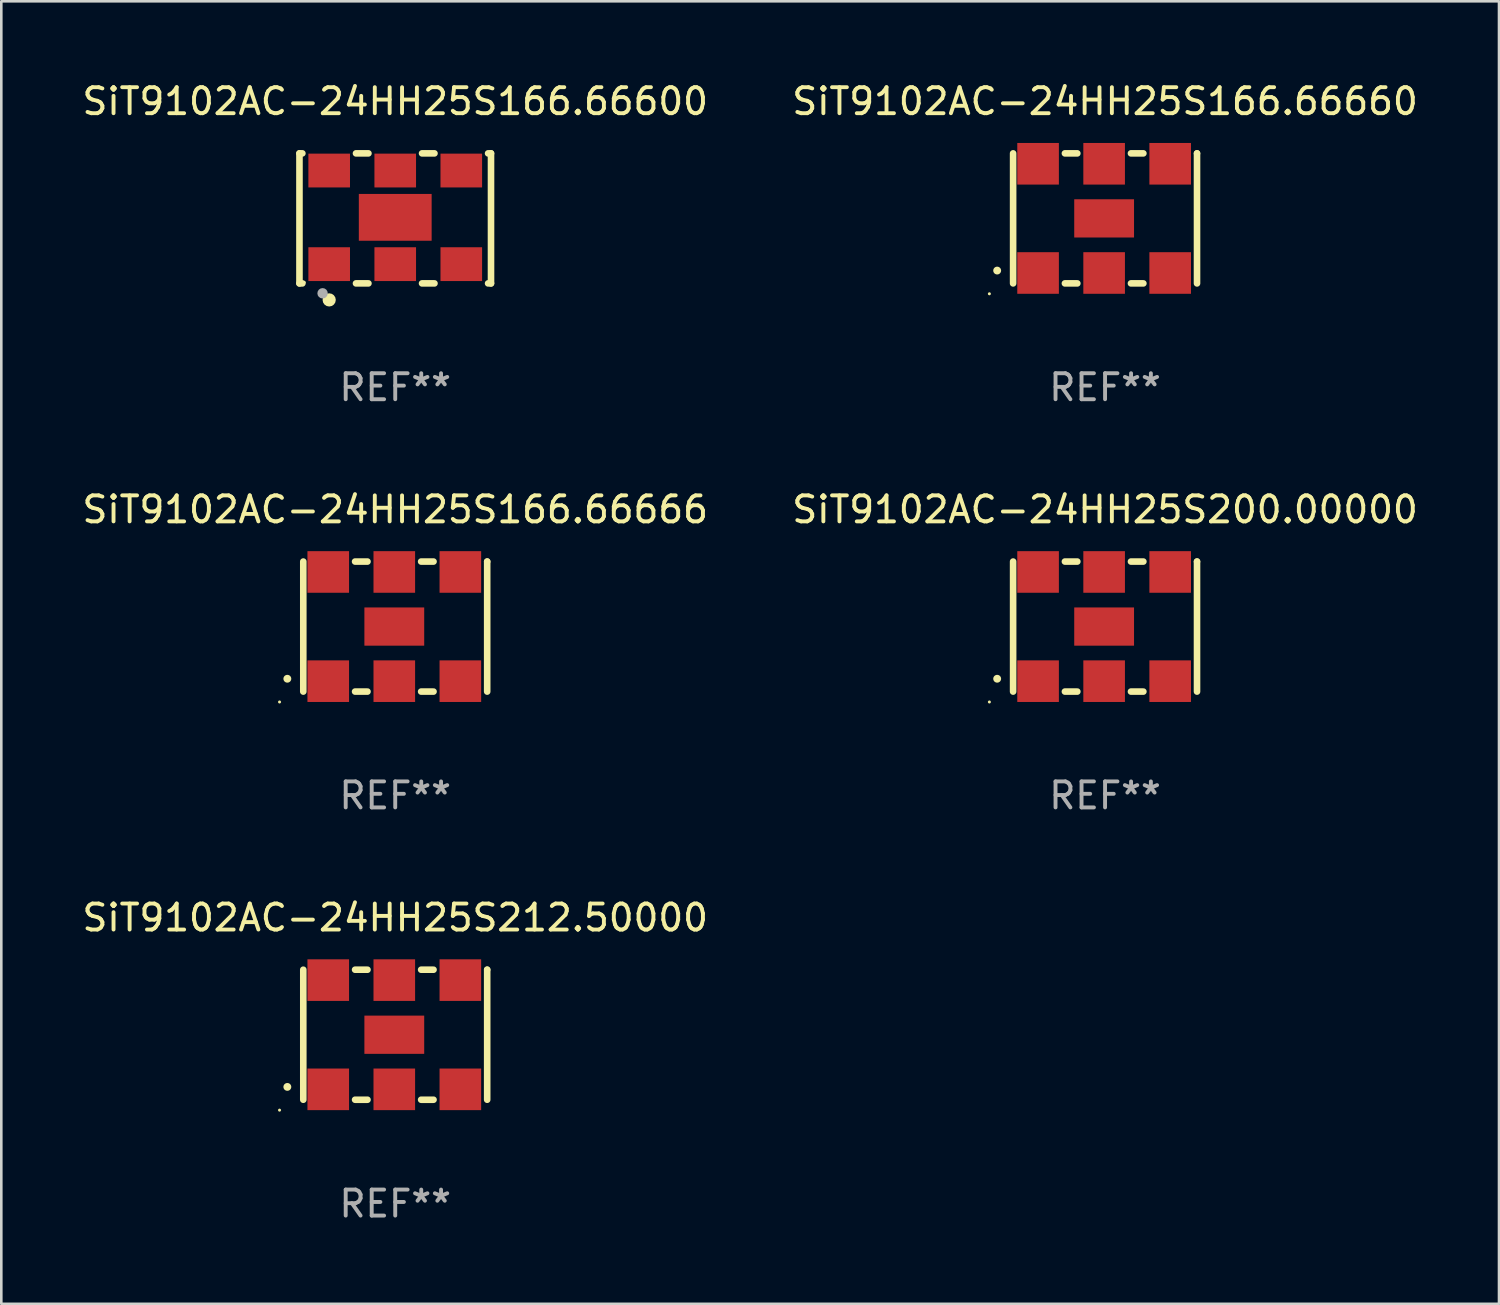
<source format=kicad_pcb>
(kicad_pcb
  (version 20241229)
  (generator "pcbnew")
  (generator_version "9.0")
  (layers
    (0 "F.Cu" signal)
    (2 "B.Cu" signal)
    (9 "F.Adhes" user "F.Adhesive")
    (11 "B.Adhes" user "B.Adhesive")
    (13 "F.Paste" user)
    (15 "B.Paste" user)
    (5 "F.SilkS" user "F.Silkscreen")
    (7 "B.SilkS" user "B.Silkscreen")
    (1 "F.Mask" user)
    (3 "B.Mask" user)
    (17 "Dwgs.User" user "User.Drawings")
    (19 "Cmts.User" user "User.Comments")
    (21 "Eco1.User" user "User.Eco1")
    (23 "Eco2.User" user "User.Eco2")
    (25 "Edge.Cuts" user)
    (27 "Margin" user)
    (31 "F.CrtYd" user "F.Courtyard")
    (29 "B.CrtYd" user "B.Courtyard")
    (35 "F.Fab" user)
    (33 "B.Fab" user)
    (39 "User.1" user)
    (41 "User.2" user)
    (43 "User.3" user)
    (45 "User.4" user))
  (footprint "SiT9102AC-24HH25S166.66600"
    (layer "F.Cu")
    (at 12.149 5.348)
    (property "Reference" "SiT9102AC-24HH25S166.66600" (at 0 -4.5 0) (layer "F.SilkS") (effects (font (size 1 1) (thickness 0.15))))
    (attr through_hole)
    (fp_line (start -3.683 -2.5) (end -3.571 -2.5) (stroke (width 0.254) (type solid)) (layer "F.SilkS"))
    (fp_line (start -3.683 2.5) (end -3.683 -2.5) (stroke (width 0.254) (type solid)) (layer "F.SilkS"))
    (fp_line (start -3.683 2.5) (end -3.571 2.5) (stroke (width 0.254) (type solid)) (layer "F.SilkS"))
    (fp_line (start -1.509 -2.5) (end -1.031 -2.5) (stroke (width 0.254) (type solid)) (layer "F.SilkS"))
    (fp_line (start -1.509 2.5) (end -1.031 2.5) (stroke (width 0.254) (type solid)) (layer "F.SilkS"))
    (fp_line (start 1.031 -2.5) (end 1.509 -2.5) (stroke (width 0.254) (type solid)) (layer "F.SilkS"))
    (fp_line (start 1.031 2.5) (end 1.509 2.5) (stroke (width 0.254) (type solid)) (layer "F.SilkS"))
    (fp_line (start 3.571 -2.5) (end 3.683 -2.5) (stroke (width 0.254) (type solid)) (layer "F.SilkS"))
    (fp_line (start 3.571 2.5) (end 3.683 2.5) (stroke (width 0.254) (type solid)) (layer "F.SilkS"))
    (fp_line (start 3.683 2.5) (end 3.683 -2.5) (stroke (width 0.254) (type solid)) (layer "F.SilkS"))
    (fp_circle (center -3.5 2.46) (end -3.47 2.46) (stroke (width 0.06) (type solid)) (fill no) (layer "F.SilkS"))
    (fp_circle (center -2.54 3.135) (end -2.413 3.135) (stroke (width 0.254) (type solid)) (fill no) (layer "F.SilkS"))
    (fp_circle (center -2.794 2.881) (end -2.694 2.881) (stroke (width 0.2) (type solid)) (fill no) (layer "F.Fab"))
    (fp_text user "REF**" (at 0 6.5 0) (layer "F.Fab") (effects (font (size 1 1) (thickness 0.15))))
    (pad "1" smd rect (at -2.54 1.76) (size 1.6 1.3) (layers "F.Cu" "F.Mask" "F.Paste"))
    (pad "2" smd rect (at 0 1.76) (size 1.6 1.3) (layers "F.Cu" "F.Mask" "F.Paste"))
    (pad "3" smd rect (at 2.54 1.76) (size 1.6 1.3) (layers "F.Cu" "F.Mask" "F.Paste"))
    (pad "4" smd rect (at 2.54 -1.84) (size 1.6 1.3) (layers "F.Cu" "F.Mask" "F.Paste"))
    (pad "5" smd rect (at 0 -1.84) (size 1.6 1.3) (layers "F.Cu" "F.Mask" "F.Paste"))
    (pad "6" smd rect (at -2.54 -1.84) (size 1.6 1.3) (layers "F.Cu" "F.Mask" "F.Paste"))
    (pad "7" smd rect (at 0 -0.04) (size 2.8 1.8) (layers "F.Cu" "F.Mask" "F.Paste")))
  (footprint "SiT9102AC-24HH25S166.66660"
    (layer "F.Cu")
    (at 39.446 5.348)
    (property "Reference" "SiT9102AC-24HH25S166.66660" (at 0 -4.5 0) (layer "F.SilkS") (effects (font (size 1 1) (thickness 0.15))))
    (attr through_hole)
    (fp_line (start -3.536 -2.5) (end -3.536 2.5) (stroke (width 0.254) (type solid)) (layer "F.SilkS"))
    (fp_line (start -1.544 2.5) (end -1.067 2.5) (stroke (width 0.254) (type solid)) (layer "F.SilkS"))
    (fp_line (start -1.067 -2.5) (end -1.544 -2.5) (stroke (width 0.254) (type solid)) (layer "F.SilkS"))
    (fp_line (start 0.996 2.5) (end 1.473 2.5) (stroke (width 0.254) (type solid)) (layer "F.SilkS"))
    (fp_line (start 1.473 -2.5) (end 0.996 -2.5) (stroke (width 0.254) (type solid)) (layer "F.SilkS"))
    (fp_line (start 3.536 -2.5) (end 3.536 -2.5) (stroke (width 0.254) (type solid)) (layer "F.SilkS"))
    (fp_line (start 3.536 2.5) (end 3.536 -2.5) (stroke (width 0.254) (type solid)) (layer "F.SilkS"))
    (fp_arc (start -4.150432 2.006604) (mid -4.149162 2.006599) (end -4.147892 2.006604) (stroke (width 0.3) (type solid)) (layer "F.SilkS"))
    (fp_circle (center -4.449 2.9) (end -4.419 2.9) (stroke (width 0.06) (type solid)) (fill no) (layer "F.SilkS"))
    (fp_text user "REF**" (at 0 6.5 0) (layer "F.Fab") (effects (font (size 1 1) (thickness 0.15))))
    (pad "1" smd rect (at -2.576 2.1) (size 1.6 1.6) (layers "F.Cu" "F.Mask" "F.Paste"))
    (pad "2" smd rect (at -0.036 2.1) (size 1.6 1.6) (layers "F.Cu" "F.Mask" "F.Paste"))
    (pad "3" smd rect (at 2.504 2.1) (size 1.6 1.6) (layers "F.Cu" "F.Mask" "F.Paste"))
    (pad "4" smd rect (at 2.504 -2.1) (size 1.6 1.6) (layers "F.Cu" "F.Mask" "F.Paste"))
    (pad "5" smd rect (at -0.036 -2.1) (size 1.6 1.6) (layers "F.Cu" "F.Mask" "F.Paste"))
    (pad "6" smd rect (at -2.576 -2.1) (size 1.6 1.6) (layers "F.Cu" "F.Mask" "F.Paste"))
    (pad "7" smd rect (at -0.036 0) (size 2.3 1.47) (layers "F.Cu" "F.Mask" "F.Paste")))
  (footprint "SiT9102AC-24HH25S212.50000"
    (layer "F.Cu")
    (at 12.149 36.741)
    (property "Reference" "SiT9102AC-24HH25S212.50000" (at 0 -4.5 0) (layer "F.SilkS") (effects (font (size 1 1) (thickness 0.15))))
    (attr through_hole)
    (fp_line (start -3.536 -2.5) (end -3.536 2.5) (stroke (width 0.254) (type solid)) (layer "F.SilkS"))
    (fp_line (start -1.544 2.5) (end -1.067 2.5) (stroke (width 0.254) (type solid)) (layer "F.SilkS"))
    (fp_line (start -1.067 -2.5) (end -1.544 -2.5) (stroke (width 0.254) (type solid)) (layer "F.SilkS"))
    (fp_line (start 0.996 2.5) (end 1.473 2.5) (stroke (width 0.254) (type solid)) (layer "F.SilkS"))
    (fp_line (start 1.473 -2.5) (end 0.996 -2.5) (stroke (width 0.254) (type solid)) (layer "F.SilkS"))
    (fp_line (start 3.536 -2.5) (end 3.536 -2.5) (stroke (width 0.254) (type solid)) (layer "F.SilkS"))
    (fp_line (start 3.536 2.5) (end 3.536 -2.5) (stroke (width 0.254) (type solid)) (layer "F.SilkS"))
    (fp_arc (start -4.150432 2.006604) (mid -4.149162 2.006599) (end -4.147892 2.006604) (stroke (width 0.3) (type solid)) (layer "F.SilkS"))
    (fp_circle (center -4.449 2.9) (end -4.419 2.9) (stroke (width 0.06) (type solid)) (fill no) (layer "F.SilkS"))
    (fp_text user "REF**" (at 0 6.5 0) (layer "F.Fab") (effects (font (size 1 1) (thickness 0.15))))
    (pad "1" smd rect (at -2.576 2.1) (size 1.6 1.6) (layers "F.Cu" "F.Mask" "F.Paste"))
    (pad "2" smd rect (at -0.036 2.1) (size 1.6 1.6) (layers "F.Cu" "F.Mask" "F.Paste"))
    (pad "3" smd rect (at 2.504 2.1) (size 1.6 1.6) (layers "F.Cu" "F.Mask" "F.Paste"))
    (pad "4" smd rect (at 2.504 -2.1) (size 1.6 1.6) (layers "F.Cu" "F.Mask" "F.Paste"))
    (pad "5" smd rect (at -0.036 -2.1) (size 1.6 1.6) (layers "F.Cu" "F.Mask" "F.Paste"))
    (pad "6" smd rect (at -2.576 -2.1) (size 1.6 1.6) (layers "F.Cu" "F.Mask" "F.Paste"))
    (pad "7" smd rect (at -0.036 0) (size 2.3 1.47) (layers "F.Cu" "F.Mask" "F.Paste")))
  (footprint "SiT9102AC-24HH25S166.66666"
    (layer "F.Cu")
    (at 12.149 21.045)
    (property "Reference" "SiT9102AC-24HH25S166.66666" (at 0 -4.5 0) (layer "F.SilkS") (effects (font (size 1 1) (thickness 0.15))))
    (attr through_hole)
    (fp_line (start -3.536 -2.5) (end -3.536 2.5) (stroke (width 0.254) (type solid)) (layer "F.SilkS"))
    (fp_line (start -1.544 2.5) (end -1.067 2.5) (stroke (width 0.254) (type solid)) (layer "F.SilkS"))
    (fp_line (start -1.067 -2.5) (end -1.544 -2.5) (stroke (width 0.254) (type solid)) (layer "F.SilkS"))
    (fp_line (start 0.996 2.5) (end 1.473 2.5) (stroke (width 0.254) (type solid)) (layer "F.SilkS"))
    (fp_line (start 1.473 -2.5) (end 0.996 -2.5) (stroke (width 0.254) (type solid)) (layer "F.SilkS"))
    (fp_line (start 3.536 -2.5) (end 3.536 -2.5) (stroke (width 0.254) (type solid)) (layer "F.SilkS"))
    (fp_line (start 3.536 2.5) (end 3.536 -2.5) (stroke (width 0.254) (type solid)) (layer "F.SilkS"))
    (fp_arc (start -4.150432 2.006604) (mid -4.149162 2.006599) (end -4.147892 2.006604) (stroke (width 0.3) (type solid)) (layer "F.SilkS"))
    (fp_circle (center -4.449 2.9) (end -4.419 2.9) (stroke (width 0.06) (type solid)) (fill no) (layer "F.SilkS"))
    (fp_text user "REF**" (at 0 6.5 0) (layer "F.Fab") (effects (font (size 1 1) (thickness 0.15))))
    (pad "1" smd rect (at -2.576 2.1) (size 1.6 1.6) (layers "F.Cu" "F.Mask" "F.Paste"))
    (pad "2" smd rect (at -0.036 2.1) (size 1.6 1.6) (layers "F.Cu" "F.Mask" "F.Paste"))
    (pad "3" smd rect (at 2.504 2.1) (size 1.6 1.6) (layers "F.Cu" "F.Mask" "F.Paste"))
    (pad "4" smd rect (at 2.504 -2.1) (size 1.6 1.6) (layers "F.Cu" "F.Mask" "F.Paste"))
    (pad "5" smd rect (at -0.036 -2.1) (size 1.6 1.6) (layers "F.Cu" "F.Mask" "F.Paste"))
    (pad "6" smd rect (at -2.576 -2.1) (size 1.6 1.6) (layers "F.Cu" "F.Mask" "F.Paste"))
    (pad "7" smd rect (at -0.036 0) (size 2.3 1.47) (layers "F.Cu" "F.Mask" "F.Paste")))
  (footprint "SiT9102AC-24HH25S200.00000"
    (layer "F.Cu")
    (at 39.446 21.045)
    (property "Reference" "SiT9102AC-24HH25S200.00000" (at 0 -4.5 0) (layer "F.SilkS") (effects (font (size 1 1) (thickness 0.15))))
    (attr through_hole)
    (fp_line (start -3.536 -2.5) (end -3.536 2.5) (stroke (width 0.254) (type solid)) (layer "F.SilkS"))
    (fp_line (start -1.544 2.5) (end -1.067 2.5) (stroke (width 0.254) (type solid)) (layer "F.SilkS"))
    (fp_line (start -1.067 -2.5) (end -1.544 -2.5) (stroke (width 0.254) (type solid)) (layer "F.SilkS"))
    (fp_line (start 0.996 2.5) (end 1.473 2.5) (stroke (width 0.254) (type solid)) (layer "F.SilkS"))
    (fp_line (start 1.473 -2.5) (end 0.996 -2.5) (stroke (width 0.254) (type solid)) (layer "F.SilkS"))
    (fp_line (start 3.536 -2.5) (end 3.536 -2.5) (stroke (width 0.254) (type solid)) (layer "F.SilkS"))
    (fp_line (start 3.536 2.5) (end 3.536 -2.5) (stroke (width 0.254) (type solid)) (layer "F.SilkS"))
    (fp_arc (start -4.150432 2.006604) (mid -4.149162 2.006599) (end -4.147892 2.006604) (stroke (width 0.3) (type solid)) (layer "F.SilkS"))
    (fp_circle (center -4.449 2.9) (end -4.419 2.9) (stroke (width 0.06) (type solid)) (fill no) (layer "F.SilkS"))
    (fp_text user "REF**" (at 0 6.5 0) (layer "F.Fab") (effects (font (size 1 1) (thickness 0.15))))
    (pad "1" smd rect (at -2.576 2.1) (size 1.6 1.6) (layers "F.Cu" "F.Mask" "F.Paste"))
    (pad "2" smd rect (at -0.036 2.1) (size 1.6 1.6) (layers "F.Cu" "F.Mask" "F.Paste"))
    (pad "3" smd rect (at 2.504 2.1) (size 1.6 1.6) (layers "F.Cu" "F.Mask" "F.Paste"))
    (pad "4" smd rect (at 2.504 -2.1) (size 1.6 1.6) (layers "F.Cu" "F.Mask" "F.Paste"))
    (pad "5" smd rect (at -0.036 -2.1) (size 1.6 1.6) (layers "F.Cu" "F.Mask" "F.Paste"))
    (pad "6" smd rect (at -2.576 -2.1) (size 1.6 1.6) (layers "F.Cu" "F.Mask" "F.Paste"))
    (pad "7" smd rect (at -0.036 0) (size 2.3 1.47) (layers "F.Cu" "F.Mask" "F.Paste")))
  (gr_rect
    (start -3 -3)
    (end 54.595 47.09)
    (stroke (width 0.1) (type default))
    (fill no)
    (layer "Edge.Cuts")))
</source>
